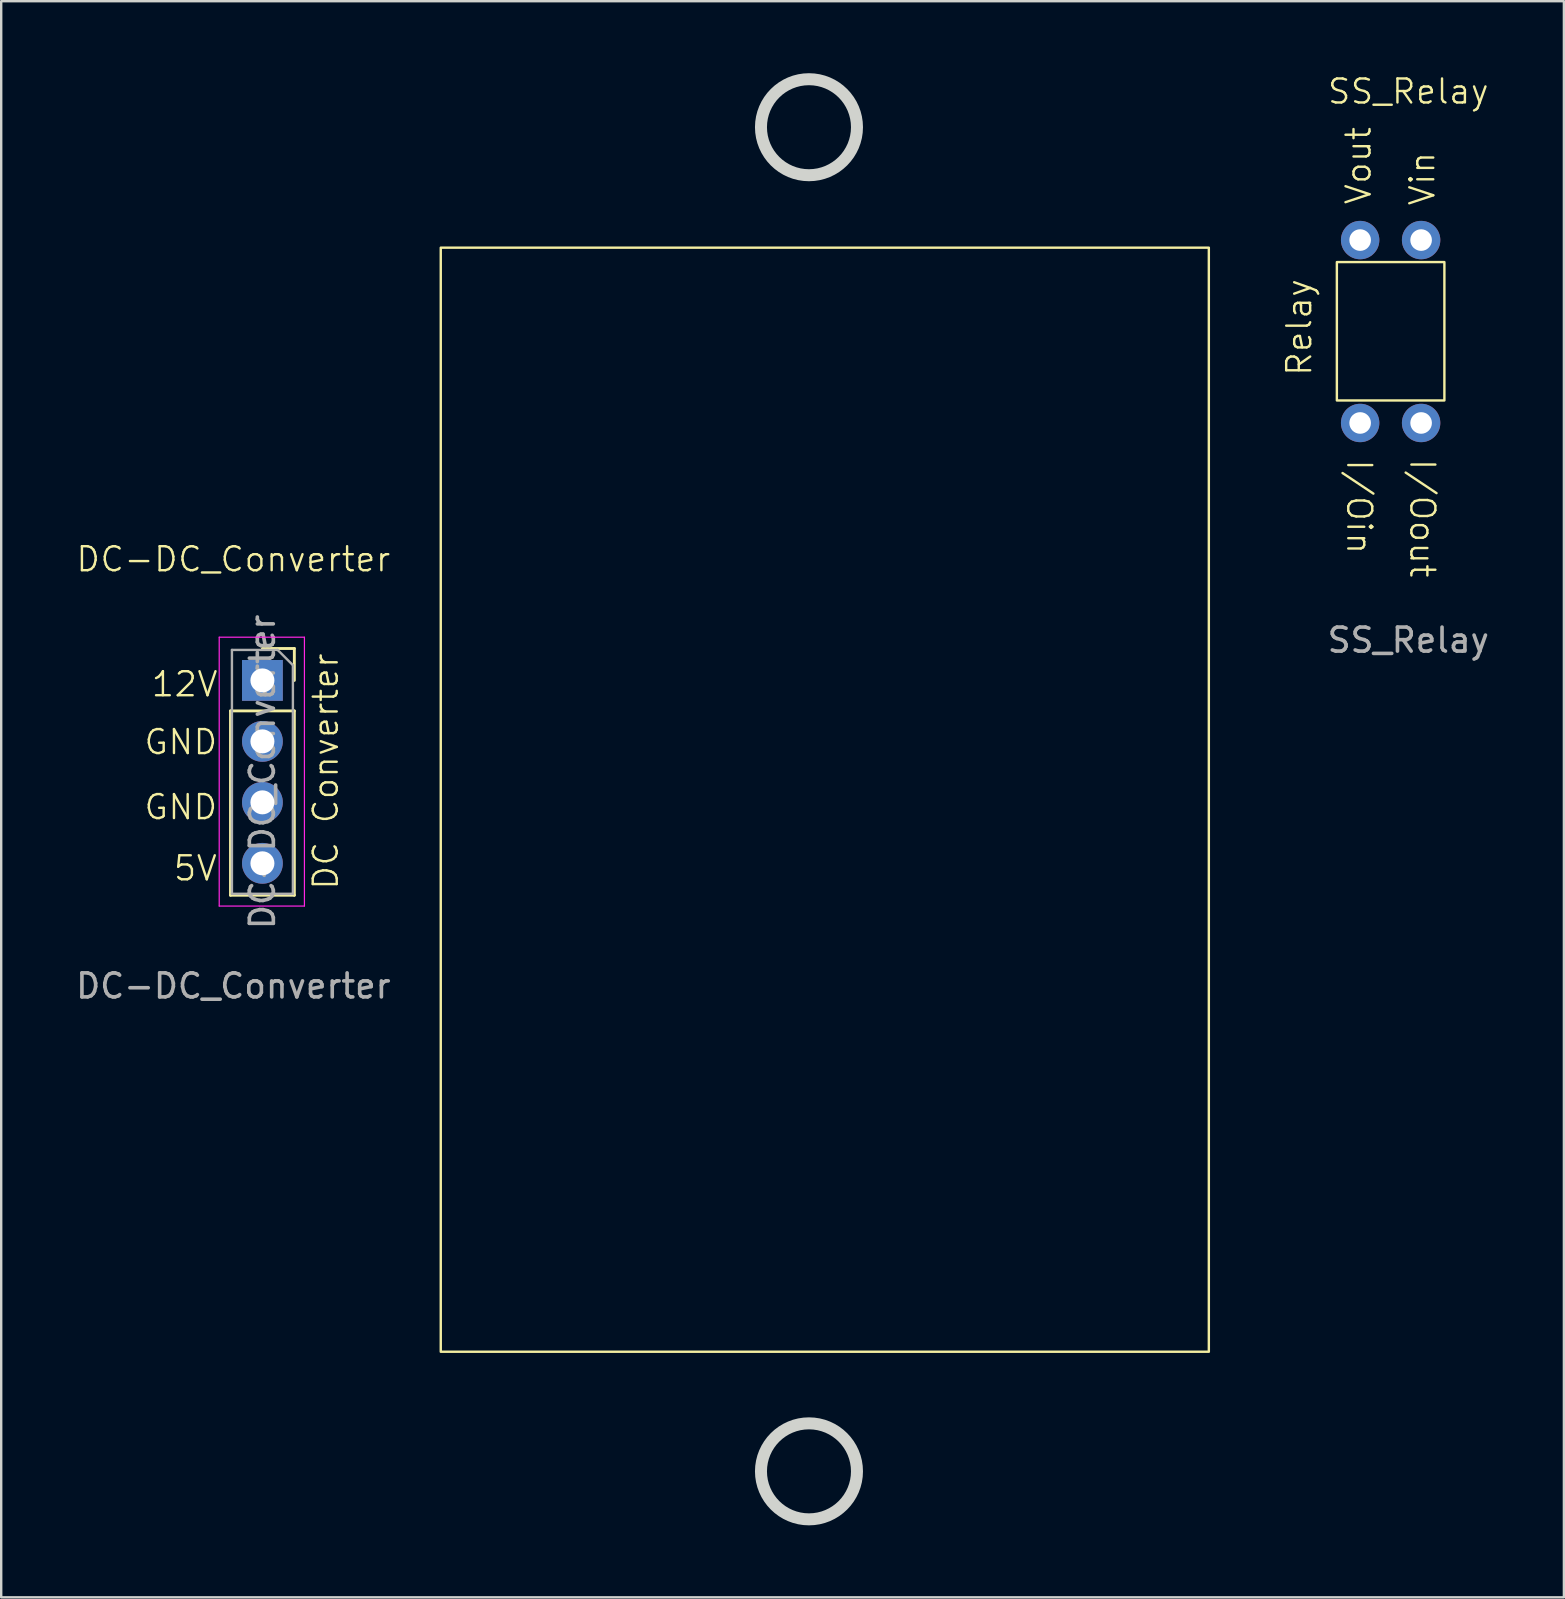
<source format=kicad_pcb>
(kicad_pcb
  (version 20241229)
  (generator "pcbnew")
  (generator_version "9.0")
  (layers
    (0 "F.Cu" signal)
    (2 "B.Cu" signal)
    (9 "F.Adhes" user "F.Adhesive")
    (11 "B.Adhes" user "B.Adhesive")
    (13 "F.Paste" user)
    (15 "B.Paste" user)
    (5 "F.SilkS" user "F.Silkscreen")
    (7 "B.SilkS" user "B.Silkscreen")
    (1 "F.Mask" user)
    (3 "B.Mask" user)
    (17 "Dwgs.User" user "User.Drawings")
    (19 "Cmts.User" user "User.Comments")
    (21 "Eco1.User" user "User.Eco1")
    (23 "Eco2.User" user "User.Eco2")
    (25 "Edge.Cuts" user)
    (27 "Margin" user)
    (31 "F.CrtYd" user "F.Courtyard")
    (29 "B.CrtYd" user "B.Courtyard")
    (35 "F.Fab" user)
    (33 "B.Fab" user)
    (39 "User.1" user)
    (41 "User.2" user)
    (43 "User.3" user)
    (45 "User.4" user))
  (footprint "DC-DC_Converter"
    (layer "F.Cu")
    (at 6.673 27.868)
    (property "Reference" "DC-DC_Converter" (at 0 -7.62 0) (unlocked yes) (layer "F.SilkS") (effects (font (size 1 1) (thickness 0.1))))
    (attr through_hole)
    (fp_line (start -0.12 -1.3) (end -0.12 6.38) (stroke (width 0.12) (type solid)) (layer "F.SilkS"))
    (fp_line (start -0.12 -1.3) (end 2.54 -1.3) (stroke (width 0.12) (type solid)) (layer "F.SilkS"))
    (fp_line (start -0.12 6.38) (end 2.54 6.38) (stroke (width 0.12) (type solid)) (layer "F.SilkS"))
    (fp_line (start 1.21 -3.9) (end 2.54 -3.9) (stroke (width 0.12) (type solid)) (layer "F.SilkS"))
    (fp_line (start 2.54 -3.9) (end 2.54 -2.57) (stroke (width 0.12) (type solid)) (layer "F.SilkS"))
    (fp_line (start 2.54 -1.3) (end 2.54 6.38) (stroke (width 0.12) (type solid)) (layer "F.SilkS"))
    (fp_rect (start 8.64 -20.6) (end 40.64 25.4) (stroke (width 0.1) (type default)) (fill no) (layer "F.SilkS"))
    (fp_circle (center 23.981 -25.618) (end 25.981 -25.618) (stroke (width 0.5) (type solid)) (fill no) (layer "Edge.Cuts"))
    (fp_circle (center 23.981 30.382) (end 25.981 30.382) (stroke (width 0.5) (type default)) (fill no) (layer "Edge.Cuts"))
    (fp_line (start -0.59 -4.37) (end 2.96 -4.37) (stroke (width 0.05) (type solid)) (layer "F.CrtYd"))
    (fp_line (start -0.59 6.83) (end -0.59 -4.37) (stroke (width 0.05) (type solid)) (layer "F.CrtYd"))
    (fp_line (start 2.96 -4.37) (end 2.96 6.83) (stroke (width 0.05) (type solid)) (layer "F.CrtYd"))
    (fp_line (start 2.96 6.83) (end -0.59 6.83) (stroke (width 0.05) (type solid)) (layer "F.CrtYd"))
    (fp_line (start -0.06 -3.84) (end 1.845 -3.84) (stroke (width 0.1) (type solid)) (layer "F.Fab"))
    (fp_line (start -0.06 6.32) (end -0.06 -3.84) (stroke (width 0.1) (type solid)) (layer "F.Fab"))
    (fp_line (start 1.845 -3.84) (end 2.48 -3.205) (stroke (width 0.1) (type solid)) (layer "F.Fab"))
    (fp_line (start 2.48 -3.205) (end 2.48 6.32) (stroke (width 0.1) (type solid)) (layer "F.Fab"))
    (fp_line (start 2.48 6.32) (end -0.06 6.32) (stroke (width 0.1) (type solid)) (layer "F.Fab"))
    (fp_text user "12V" (at -3.478 -1.826 0) (unlocked yes) (layer "F.SilkS") (effects (font (size 1 1) (thickness 0.1)) (justify left bottom)))
    (fp_text user "GND" (at -3.779 3.293 0) (unlocked yes) (layer "F.SilkS") (effects (font (size 1 1) (thickness 0.1)) (justify left bottom)))
    (fp_text user "GND" (at -3.779 0.583 0) (unlocked yes) (layer "F.SilkS") (effects (font (size 1 1) (thickness 0.1)) (justify left bottom)))
    (fp_text user "5V" (at -2.555 5.843 0) (unlocked yes) (layer "F.SilkS") (effects (font (size 1 1) (thickness 0.1)) (justify left bottom)))
    (fp_text user "DC Converter" (at 4.433 6.217 90) (unlocked yes) (layer "F.SilkS") (effects (font (size 1 1) (thickness 0.1)) (justify left bottom)))
    (fp_text user "${REFERENCE}" (at 0 10.16 0) (unlocked yes) (layer "F.Fab") (effects (font (size 1 1) (thickness 0.15))))
    (fp_text user "${REFERENCE}" (at 1.21 1.24 90) (layer "F.Fab") (effects (font (size 1 1) (thickness 0.15))))
    (pad "1" thru_hole rect (at 1.21 -2.57) (size 1.7 1.7) (drill 1) (layers "*.Cu" "*.Mask"))
    (pad "2" thru_hole oval (at 1.21 -0.03) (size 1.7 1.7) (drill 1) (layers "*.Cu" "*.Mask"))
    (pad "3" thru_hole oval (at 1.21 2.51) (size 1.7 1.7) (drill 1) (layers "*.Cu" "*.Mask"))
    (pad "4" thru_hole oval (at 1.21 5.05) (size 1.7 1.7) (drill 1) (layers "*.Cu" "*.Mask")))
  (footprint "SS_Relay"
    (layer "F.Cu")
    (at 55.624 10.921)
    (property "Reference" "SS_Relay" (at 0 -10.16 0) (unlocked yes) (layer "F.SilkS") (effects (font (size 1 1) (thickness 0.1))))
    (attr through_hole)
    (fp_rect (start -2.977 -3.052) (end 1.503 2.713) (stroke (width 0.1) (type default)) (fill no) (layer "F.SilkS"))
    (fp_text user "I/Oout" (at 0 5.08 270) (unlocked yes) (layer "F.SilkS") (effects (font (size 1 1) (thickness 0.1)) (justify left bottom)))
    (fp_text user "Vin" (at 1.167 -5.341 90) (unlocked yes) (layer "F.SilkS") (effects (font (size 1 1) (thickness 0.1)) (justify left bottom)))
    (fp_text user "Relay" (at -3.961 1.758 90) (unlocked yes) (layer "F.SilkS") (effects (font (size 1 1) (thickness 0.1)) (justify left bottom)))
    (fp_text user "Vout" (at -1.49 -5.386 90) (unlocked yes) (layer "F.SilkS") (effects (font (size 1 1) (thickness 0.1)) (justify left bottom)))
    (fp_text user "I/Oin" (at -2.63 5.1 270) (unlocked yes) (layer "F.SilkS") (effects (font (size 1 1) (thickness 0.1)) (justify left bottom)))
    (fp_text user "${REFERENCE}" (at 0 12.7 0) (unlocked yes) (layer "F.Fab") (effects (font (size 1 1) (thickness 0.15))))
    (pad "1" thru_hole circle (at -2.007 3.651) (size 1.6 1.6) (drill 0.9) (layers "*.Cu" "*.Mask"))
    (pad "2" thru_hole circle (at 0.533 3.651) (size 1.6 1.6) (drill 0.9) (layers "*.Cu" "*.Mask"))
    (pad "3" thru_hole circle (at 0.533 -3.969) (size 1.6 1.6) (drill 0.9) (layers "*.Cu" "*.Mask"))
    (pad "4" thru_hole circle (at -2.007 -3.969) (size 1.6 1.6) (drill 0.9) (layers "*.Cu" "*.Mask")))
  (gr_rect
    (start -3 -3)
    (end 62.106 63.5)
    (stroke (width 0.1) (type default))
    (fill no)
    (layer "Edge.Cuts")))
</source>
